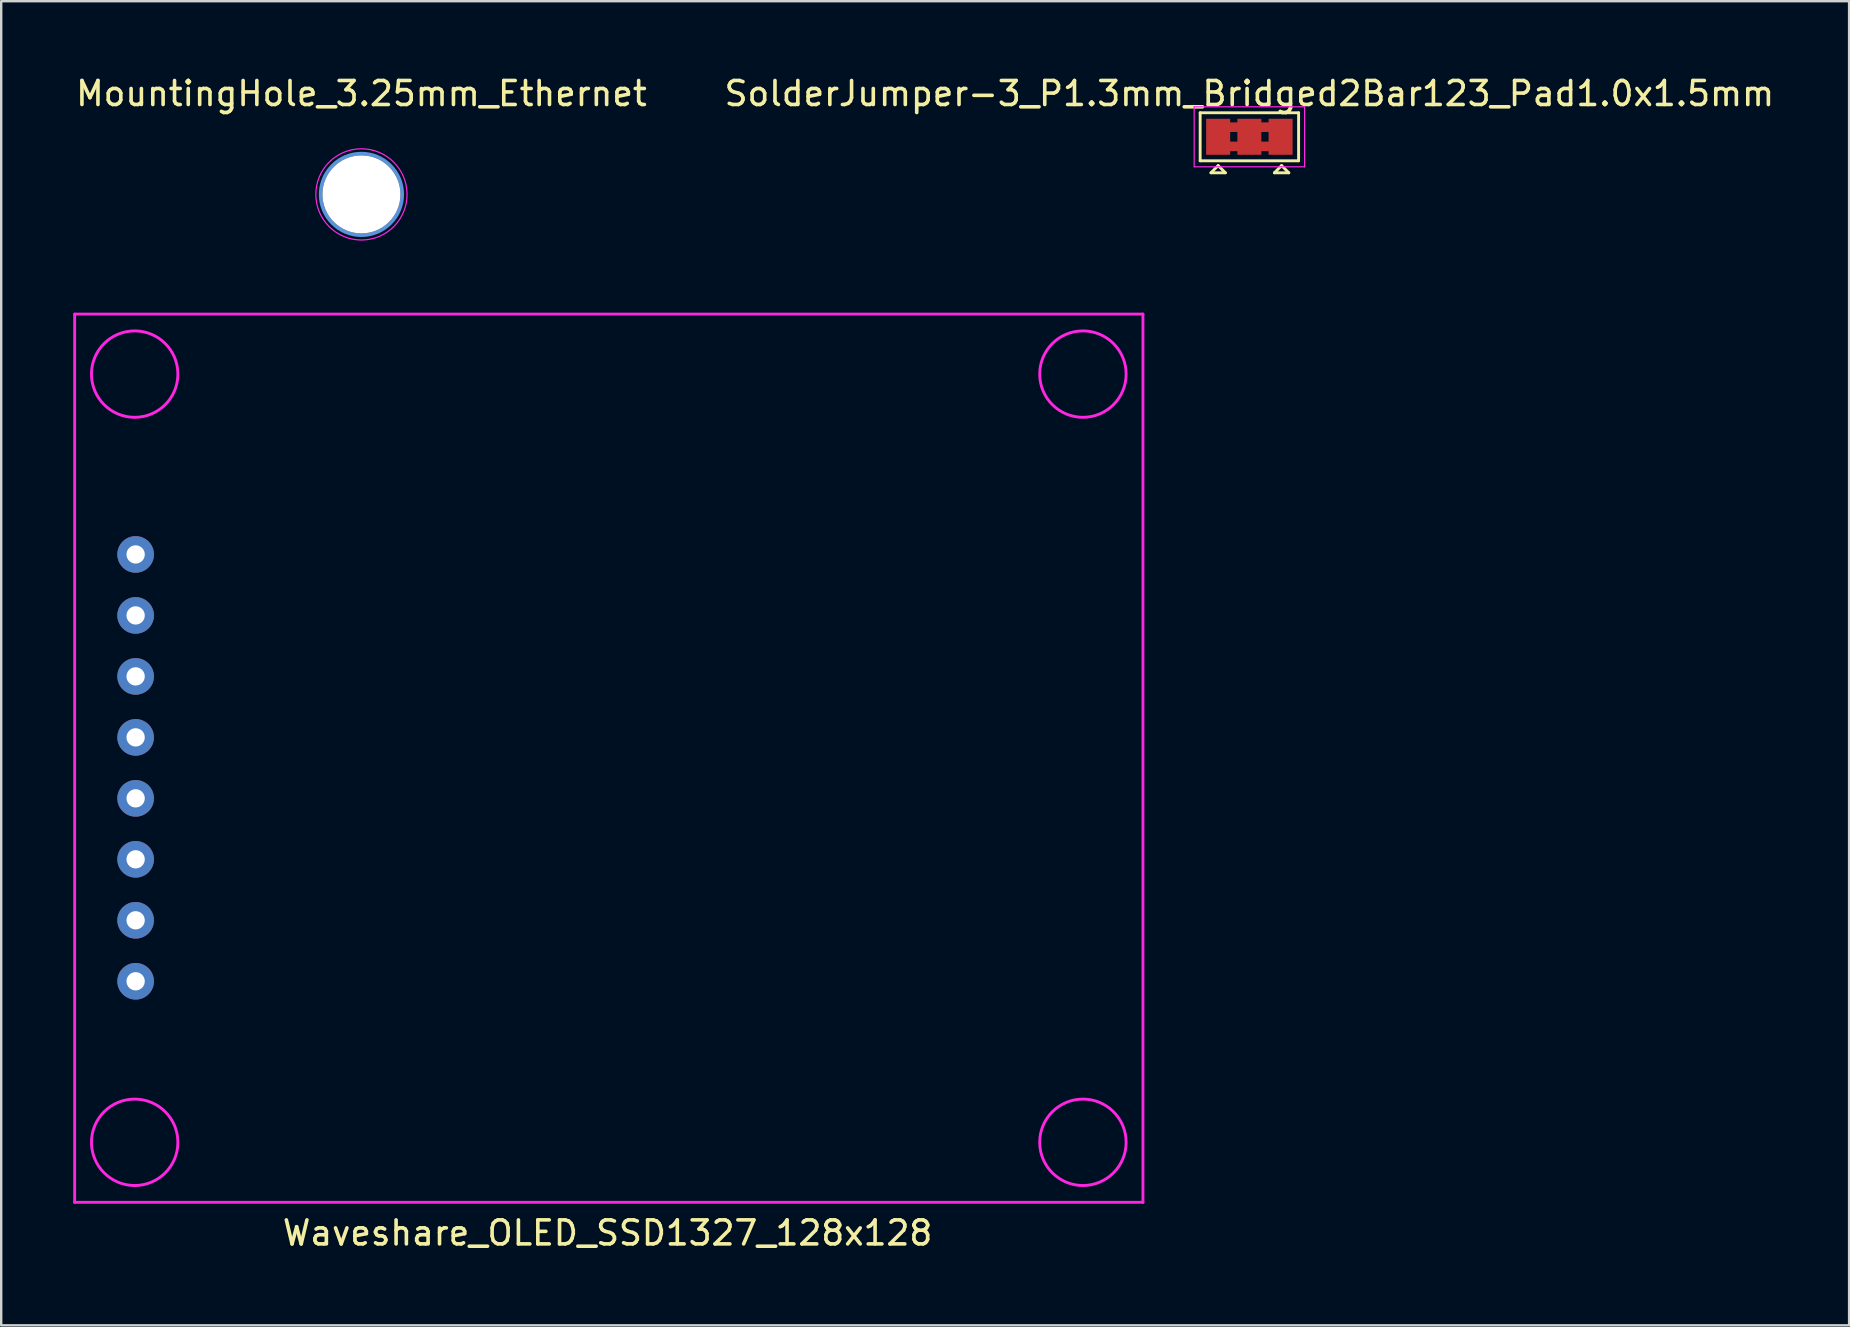
<source format=kicad_pcb>
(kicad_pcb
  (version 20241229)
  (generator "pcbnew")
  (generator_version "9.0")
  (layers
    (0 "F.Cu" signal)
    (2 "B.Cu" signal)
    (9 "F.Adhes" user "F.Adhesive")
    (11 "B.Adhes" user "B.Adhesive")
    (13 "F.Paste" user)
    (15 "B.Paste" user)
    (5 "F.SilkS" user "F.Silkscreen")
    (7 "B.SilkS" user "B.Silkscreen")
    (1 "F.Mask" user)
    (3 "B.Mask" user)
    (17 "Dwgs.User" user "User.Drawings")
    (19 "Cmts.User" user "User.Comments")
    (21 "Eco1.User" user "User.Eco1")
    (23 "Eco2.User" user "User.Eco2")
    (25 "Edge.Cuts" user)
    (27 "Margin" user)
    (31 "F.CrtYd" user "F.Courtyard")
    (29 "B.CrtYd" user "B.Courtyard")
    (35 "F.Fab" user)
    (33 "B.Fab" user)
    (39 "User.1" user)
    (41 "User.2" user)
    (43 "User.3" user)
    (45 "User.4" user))
  (footprint "MountingHole_3.25mm_Ethernet"
    (layer "F.Cu")
    (at 12.006 5.048)
    (property "Reference" "MountingHole_3.25mm_Ethernet" (at 0 -4.2 0) (layer "F.SilkS") (effects (font (size 1 1) (thickness 0.15))))
    (attr exclude_from_pos_files exclude_from_bom)
    (fp_circle (center 0 0) (end 1.7 0) (stroke (width 0.15) (type solid)) (fill no) (layer "Cmts.User"))
    (fp_circle (center 0 0) (end 1.9 0) (stroke (width 0.05) (type solid)) (fill no) (layer "F.CrtYd"))
    (pad "" np_thru_hole circle (at 0 0) (size 3.25 3.25) (drill 3.25) (layers "*.Cu" "*.Mask")))
  (footprint "Waveshare_OLED_SSD1327_128x128"
    (layer "F.Cu")
    (at 21.708 28.987)
    (property "Reference" "Waveshare_OLED_SSD1327_128x128" (at 0.551 19.324 0) (layer "F.SilkS") (effects (font (size 1 1) (thickness 0.15))))
    (attr through_hole)
    (fp_line (start -21.648 -18.953) (end -21.648 18.047) (stroke (width 0.12) (type solid)) (layer "F.CrtYd"))
    (fp_line (start -21.648 -18.953) (end 22.852 -18.953) (stroke (width 0.12) (type solid)) (layer "F.CrtYd"))
    (fp_line (start -21.648 18.047) (end 22.852 18.047) (stroke (width 0.12) (type solid)) (layer "F.CrtYd"))
    (fp_line (start 22.852 -18.953) (end 22.852 18.047) (stroke (width 0.12) (type solid)) (layer "F.CrtYd"))
    (fp_circle (center -19.148 -16.453) (end -17.348 -16.453) (stroke (width 0.12) (type solid)) (fill no) (layer "F.CrtYd"))
    (fp_circle (center -19.148 15.547) (end -17.348 15.547) (stroke (width 0.12) (type solid)) (fill no) (layer "F.CrtYd"))
    (fp_circle (center 20.352 -16.453) (end 22.152 -16.453) (stroke (width 0.12) (type solid)) (fill no) (layer "F.CrtYd"))
    (fp_circle (center 20.352 15.547) (end 22.152 15.547) (stroke (width 0.12) (type solid)) (fill no) (layer "F.CrtYd"))
    (pad "3V3" thru_hole circle (at -19.108 -8.941) (size 1.524 1.524) (drill 0.762) (layers "*.Cu" "*.Mask"))
    (pad "CLK" thru_hole circle (at -19.108 1.219) (size 1.524 1.524) (drill 0.762) (layers "*.Cu" "*.Mask"))
    (pad "CS" thru_hole circle (at -19.108 3.759) (size 1.524 1.524) (drill 0.762) (layers "*.Cu" "*.Mask"))
    (pad "DC" thru_hole circle (at -19.108 6.299) (size 1.524 1.524) (drill 0.762) (layers "*.Cu" "*.Mask"))
    (pad "DIN" thru_hole circle (at -19.108 -1.321) (size 1.524 1.524) (drill 0.762) (layers "*.Cu" "*.Mask"))
    (pad "GND" thru_hole circle (at -19.108 -6.401) (size 1.524 1.524) (drill 0.762) (layers "*.Cu" "*.Mask"))
    (pad "NC" thru_hole circle (at -19.108 -3.861) (size 1.524 1.524) (drill 0.762) (layers "*.Cu" "*.Mask"))
    (pad "RST" thru_hole circle (at -19.108 8.839) (size 1.524 1.524) (drill 0.762) (layers "*.Cu" "*.Mask")))
  (footprint "SolderJumper-3_P1.3mm_Bridged2Bar123_Pad1.0x1.5mm"
    (layer "F.Cu")
    (at 48.994 2.648)
    (property "Reference" "SolderJumper-3_P1.3mm_Bridged2Bar123_Pad1.0x1.5mm" (at 0 -1.8 0) (layer "F.SilkS") (effects (font (size 1 1) (thickness 0.15))))
    (attr exclude_from_pos_files exclude_from_bom)
    (fp_poly (pts (xy -0.9 -0.6) (xy -0.4 -0.6) (xy -0.4 -0.2) (xy -0.9 -0.2)) (stroke (width 0) (type solid)) (fill yes) (layer "F.Cu"))
    (fp_poly (pts (xy -0.9 0.2) (xy -0.4 0.2) (xy -0.4 0.6) (xy -0.9 0.6)) (stroke (width 0) (type solid)) (fill yes) (layer "F.Cu"))
    (fp_poly (pts (xy 0.406 -0.6) (xy 0.906 -0.6) (xy 0.906 -0.2) (xy 0.406 -0.2)) (stroke (width 0) (type solid)) (fill yes) (layer "F.Cu"))
    (fp_poly (pts (xy 0.406 0.2) (xy 0.906 0.2) (xy 0.906 0.6) (xy 0.406 0.6)) (stroke (width 0) (type solid)) (fill yes) (layer "F.Cu"))
    (fp_line (start -2.05 -1) (end 2.05 -1) (stroke (width 0.12) (type solid)) (layer "F.SilkS"))
    (fp_line (start -2.05 1) (end -2.05 -1) (stroke (width 0.12) (type solid)) (layer "F.SilkS"))
    (fp_line (start -1.6 1.5) (end -1 1.5) (stroke (width 0.12) (type solid)) (layer "F.SilkS"))
    (fp_line (start -1.3 1.2) (end -1.6 1.5) (stroke (width 0.12) (type solid)) (layer "F.SilkS"))
    (fp_line (start -1.3 1.2) (end -1 1.5) (stroke (width 0.12) (type solid)) (layer "F.SilkS"))
    (fp_line (start 1.042 1.5) (end 1.642 1.5) (stroke (width 0.12) (type solid)) (layer "F.SilkS"))
    (fp_line (start 1.342 1.2) (end 1.042 1.5) (stroke (width 0.12) (type solid)) (layer "F.SilkS"))
    (fp_line (start 1.342 1.2) (end 1.642 1.5) (stroke (width 0.12) (type solid)) (layer "F.SilkS"))
    (fp_line (start 2.05 -1) (end 2.05 1) (stroke (width 0.12) (type solid)) (layer "F.SilkS"))
    (fp_line (start 2.05 1) (end -2.05 1) (stroke (width 0.12) (type solid)) (layer "F.SilkS"))
    (fp_line (start -2.3 -1.25) (end -2.3 1.25) (stroke (width 0.05) (type solid)) (layer "F.CrtYd"))
    (fp_line (start -2.3 -1.25) (end 2.3 -1.25) (stroke (width 0.05) (type solid)) (layer "F.CrtYd"))
    (fp_line (start 2.3 1.25) (end -2.3 1.25) (stroke (width 0.05) (type solid)) (layer "F.CrtYd"))
    (fp_line (start 2.3 1.25) (end 2.3 -1.25) (stroke (width 0.05) (type solid)) (layer "F.CrtYd"))
    (pad "1" smd rect (at -1.3 0) (size 1 1.5) (layers "F.Cu" "F.Mask"))
    (pad "2" smd rect (at 0 0) (size 1 1.5) (layers "F.Cu" "F.Mask"))
    (pad "3" smd rect (at 1.3 0) (size 1 1.5) (layers "F.Cu" "F.Mask")))
  (gr_rect
    (start -3 -3)
    (end 73.976 52.159)
    (stroke (width 0.1) (type default))
    (fill no)
    (layer "Edge.Cuts")))
</source>
